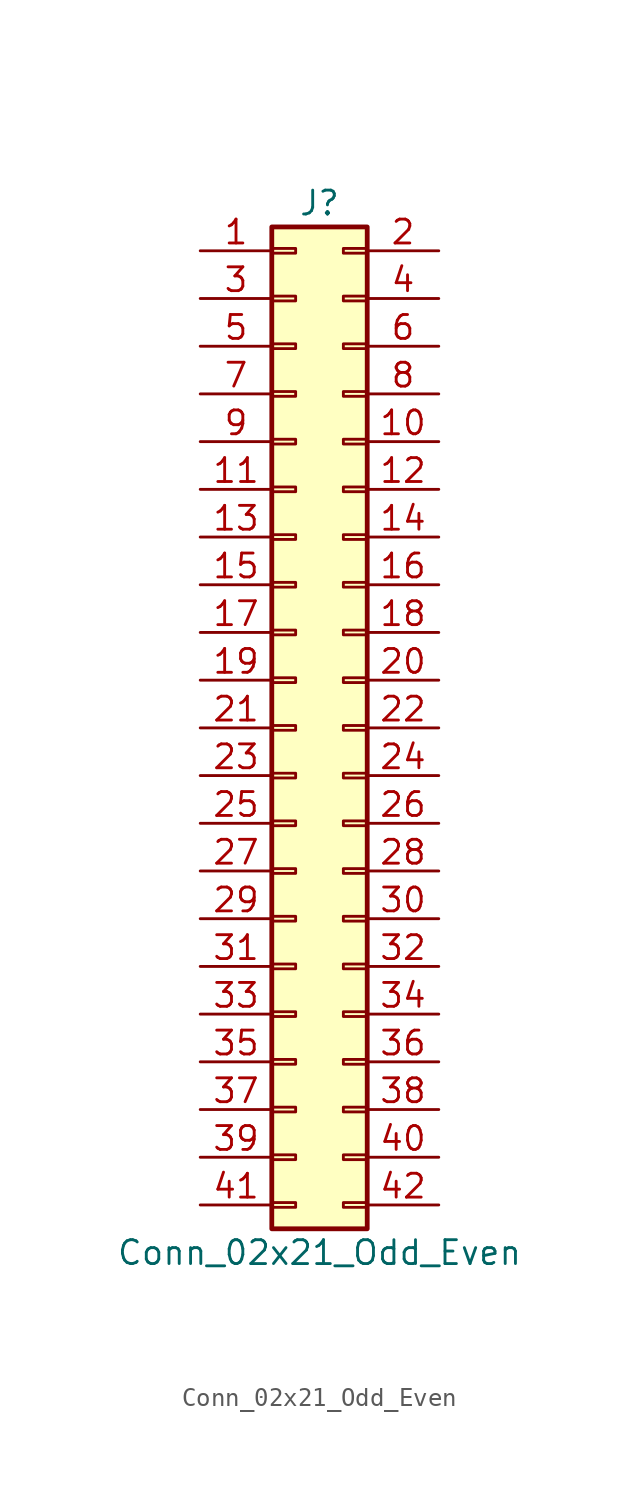
<source format=kicad_sym>
(kicad_symbol_lib
  (version 20201005)
  (generator kicad_symbol_editor)
  (symbol "Conn_02x21_Odd_Even"
    (pin_names
      (offset 1.016) hide)
    (property "Reference" "J"
      (at 1.27 27.94 0)
      (effects (font (size 1.27 1.27))))
    (property "Value" "Conn_02x21_Odd_Even"
      (at 1.27 -27.94 0)
      (effects (font (size 1.27 1.27))))
    (symbol "Conn_02x21_Odd_Even_1_1"
      (rectangle (start -1.27 -25.273) (end 0 -25.527) (stroke (width 0.152)) (fill (type none)))
      (rectangle (start -1.27 -22.733) (end 0 -22.987) (stroke (width 0.152)) (fill (type none)))
      (rectangle (start -1.27 -20.193) (end 0 -20.447) (stroke (width 0.152)) (fill (type none)))
      (rectangle (start -1.27 -17.653) (end 0 -17.907) (stroke (width 0.152)) (fill (type none)))
      (rectangle (start -1.27 -15.113) (end 0 -15.367) (stroke (width 0.152)) (fill (type none)))
      (rectangle (start -1.27 -12.573) (end 0 -12.827) (stroke (width 0.152)) (fill (type none)))
      (rectangle (start -1.27 -10.033) (end 0 -10.287) (stroke (width 0.152)) (fill (type none)))
      (rectangle (start -1.27 -7.493) (end 0 -7.747) (stroke (width 0.152)) (fill (type none)))
      (rectangle (start -1.27 -4.953) (end 0 -5.207) (stroke (width 0.152)) (fill (type none)))
      (rectangle (start -1.27 -2.413) (end 0 -2.667) (stroke (width 0.152)) (fill (type none)))
      (rectangle (start -1.27 0.127) (end 0 -0.127) (stroke (width 0.152)) (fill (type none)))
      (rectangle (start -1.27 2.667) (end 0 2.413) (stroke (width 0.152)) (fill (type none)))
      (rectangle (start -1.27 5.207) (end 0 4.953) (stroke (width 0.152)) (fill (type none)))
      (rectangle (start -1.27 7.747) (end 0 7.493) (stroke (width 0.152)) (fill (type none)))
      (rectangle (start -1.27 10.287) (end 0 10.033) (stroke (width 0.152)) (fill (type none)))
      (rectangle (start -1.27 12.827) (end 0 12.573) (stroke (width 0.152)) (fill (type none)))
      (rectangle (start -1.27 15.367) (end 0 15.113) (stroke (width 0.152)) (fill (type none)))
      (rectangle (start -1.27 17.907) (end 0 17.653) (stroke (width 0.152)) (fill (type none)))
      (rectangle (start -1.27 20.447) (end 0 20.193) (stroke (width 0.152)) (fill (type none)))
      (rectangle (start -1.27 22.987) (end 0 22.733) (stroke (width 0.152)) (fill (type none)))
      (rectangle (start -1.27 25.527) (end 0 25.273) (stroke (width 0.152)) (fill (type none)))
      (rectangle (start -1.27 26.67) (end 3.81 -26.67) (stroke (width 0.254)) (fill (type background)))
      (rectangle (start 3.81 -25.273) (end 2.54 -25.527) (stroke (width 0.152)) (fill (type none)))
      (rectangle (start 3.81 -22.733) (end 2.54 -22.987) (stroke (width 0.152)) (fill (type none)))
      (rectangle (start 3.81 -20.193) (end 2.54 -20.447) (stroke (width 0.152)) (fill (type none)))
      (rectangle (start 3.81 -17.653) (end 2.54 -17.907) (stroke (width 0.152)) (fill (type none)))
      (rectangle (start 3.81 -15.113) (end 2.54 -15.367) (stroke (width 0.152)) (fill (type none)))
      (rectangle (start 3.81 -12.573) (end 2.54 -12.827) (stroke (width 0.152)) (fill (type none)))
      (rectangle (start 3.81 -10.033) (end 2.54 -10.287) (stroke (width 0.152)) (fill (type none)))
      (rectangle (start 3.81 -7.493) (end 2.54 -7.747) (stroke (width 0.152)) (fill (type none)))
      (rectangle (start 3.81 -4.953) (end 2.54 -5.207) (stroke (width 0.152)) (fill (type none)))
      (rectangle (start 3.81 -2.413) (end 2.54 -2.667) (stroke (width 0.152)) (fill (type none)))
      (rectangle (start 3.81 0.127) (end 2.54 -0.127) (stroke (width 0.152)) (fill (type none)))
      (rectangle (start 3.81 2.667) (end 2.54 2.413) (stroke (width 0.152)) (fill (type none)))
      (rectangle (start 3.81 5.207) (end 2.54 4.953) (stroke (width 0.152)) (fill (type none)))
      (rectangle (start 3.81 7.747) (end 2.54 7.493) (stroke (width 0.152)) (fill (type none)))
      (rectangle (start 3.81 10.287) (end 2.54 10.033) (stroke (width 0.152)) (fill (type none)))
      (rectangle (start 3.81 12.827) (end 2.54 12.573) (stroke (width 0.152)) (fill (type none)))
      (rectangle (start 3.81 15.367) (end 2.54 15.113) (stroke (width 0.152)) (fill (type none)))
      (rectangle (start 3.81 17.907) (end 2.54 17.653) (stroke (width 0.152)) (fill (type none)))
      (rectangle (start 3.81 20.447) (end 2.54 20.193) (stroke (width 0.152)) (fill (type none)))
      (rectangle (start 3.81 22.987) (end 2.54 22.733) (stroke (width 0.152)) (fill (type none)))
      (rectangle (start 3.81 25.527) (end 2.54 25.273) (stroke (width 0.152)) (fill (type none)))
      (pin passive line (at -5.08 25.4 0) (length 3.81) (name "Pin_1" (effects (font (size 1.27 1.27)))) (number "1" (effects (font (size 1.27 1.27)))))
      (pin passive line (at 7.62 15.24 180) (length 3.81) (name "Pin_10" (effects (font (size 1.27 1.27)))) (number "10" (effects (font (size 1.27 1.27)))))
      (pin passive line (at -5.08 12.7 0) (length 3.81) (name "Pin_11" (effects (font (size 1.27 1.27)))) (number "11" (effects (font (size 1.27 1.27)))))
      (pin passive line (at 7.62 12.7 180) (length 3.81) (name "Pin_12" (effects (font (size 1.27 1.27)))) (number "12" (effects (font (size 1.27 1.27)))))
      (pin passive line (at -5.08 10.16 0) (length 3.81) (name "Pin_13" (effects (font (size 1.27 1.27)))) (number "13" (effects (font (size 1.27 1.27)))))
      (pin passive line (at 7.62 10.16 180) (length 3.81) (name "Pin_14" (effects (font (size 1.27 1.27)))) (number "14" (effects (font (size 1.27 1.27)))))
      (pin passive line (at -5.08 7.62 0) (length 3.81) (name "Pin_15" (effects (font (size 1.27 1.27)))) (number "15" (effects (font (size 1.27 1.27)))))
      (pin passive line (at 7.62 7.62 180) (length 3.81) (name "Pin_16" (effects (font (size 1.27 1.27)))) (number "16" (effects (font (size 1.27 1.27)))))
      (pin passive line (at -5.08 5.08 0) (length 3.81) (name "Pin_17" (effects (font (size 1.27 1.27)))) (number "17" (effects (font (size 1.27 1.27)))))
      (pin passive line (at 7.62 5.08 180) (length 3.81) (name "Pin_18" (effects (font (size 1.27 1.27)))) (number "18" (effects (font (size 1.27 1.27)))))
      (pin passive line (at -5.08 2.54 0) (length 3.81) (name "Pin_19" (effects (font (size 1.27 1.27)))) (number "19" (effects (font (size 1.27 1.27)))))
      (pin passive line (at 7.62 25.4 180) (length 3.81) (name "Pin_2" (effects (font (size 1.27 1.27)))) (number "2" (effects (font (size 1.27 1.27)))))
      (pin passive line (at 7.62 2.54 180) (length 3.81) (name "Pin_20" (effects (font (size 1.27 1.27)))) (number "20" (effects (font (size 1.27 1.27)))))
      (pin passive line (at -5.08 0 0) (length 3.81) (name "Pin_21" (effects (font (size 1.27 1.27)))) (number "21" (effects (font (size 1.27 1.27)))))
      (pin passive line (at 7.62 0 180) (length 3.81) (name "Pin_22" (effects (font (size 1.27 1.27)))) (number "22" (effects (font (size 1.27 1.27)))))
      (pin passive line (at -5.08 -2.54 0) (length 3.81) (name "Pin_23" (effects (font (size 1.27 1.27)))) (number "23" (effects (font (size 1.27 1.27)))))
      (pin passive line (at 7.62 -2.54 180) (length 3.81) (name "Pin_24" (effects (font (size 1.27 1.27)))) (number "24" (effects (font (size 1.27 1.27)))))
      (pin passive line (at -5.08 -5.08 0) (length 3.81) (name "Pin_25" (effects (font (size 1.27 1.27)))) (number "25" (effects (font (size 1.27 1.27)))))
      (pin passive line (at 7.62 -5.08 180) (length 3.81) (name "Pin_26" (effects (font (size 1.27 1.27)))) (number "26" (effects (font (size 1.27 1.27)))))
      (pin passive line (at -5.08 -7.62 0) (length 3.81) (name "Pin_27" (effects (font (size 1.27 1.27)))) (number "27" (effects (font (size 1.27 1.27)))))
      (pin passive line (at 7.62 -7.62 180) (length 3.81) (name "Pin_28" (effects (font (size 1.27 1.27)))) (number "28" (effects (font (size 1.27 1.27)))))
      (pin passive line (at -5.08 -10.16 0) (length 3.81) (name "Pin_29" (effects (font (size 1.27 1.27)))) (number "29" (effects (font (size 1.27 1.27)))))
      (pin passive line (at -5.08 22.86 0) (length 3.81) (name "Pin_3" (effects (font (size 1.27 1.27)))) (number "3" (effects (font (size 1.27 1.27)))))
      (pin passive line (at 7.62 -10.16 180) (length 3.81) (name "Pin_30" (effects (font (size 1.27 1.27)))) (number "30" (effects (font (size 1.27 1.27)))))
      (pin passive line (at -5.08 -12.7 0) (length 3.81) (name "Pin_31" (effects (font (size 1.27 1.27)))) (number "31" (effects (font (size 1.27 1.27)))))
      (pin passive line (at 7.62 -12.7 180) (length 3.81) (name "Pin_32" (effects (font (size 1.27 1.27)))) (number "32" (effects (font (size 1.27 1.27)))))
      (pin passive line (at -5.08 -15.24 0) (length 3.81) (name "Pin_33" (effects (font (size 1.27 1.27)))) (number "33" (effects (font (size 1.27 1.27)))))
      (pin passive line (at 7.62 -15.24 180) (length 3.81) (name "Pin_34" (effects (font (size 1.27 1.27)))) (number "34" (effects (font (size 1.27 1.27)))))
      (pin passive line (at -5.08 -17.78 0) (length 3.81) (name "Pin_35" (effects (font (size 1.27 1.27)))) (number "35" (effects (font (size 1.27 1.27)))))
      (pin passive line (at 7.62 -17.78 180) (length 3.81) (name "Pin_36" (effects (font (size 1.27 1.27)))) (number "36" (effects (font (size 1.27 1.27)))))
      (pin passive line (at -5.08 -20.32 0) (length 3.81) (name "Pin_37" (effects (font (size 1.27 1.27)))) (number "37" (effects (font (size 1.27 1.27)))))
      (pin passive line (at 7.62 -20.32 180) (length 3.81) (name "Pin_38" (effects (font (size 1.27 1.27)))) (number "38" (effects (font (size 1.27 1.27)))))
      (pin passive line (at -5.08 -22.86 0) (length 3.81) (name "Pin_39" (effects (font (size 1.27 1.27)))) (number "39" (effects (font (size 1.27 1.27)))))
      (pin passive line (at 7.62 22.86 180) (length 3.81) (name "Pin_4" (effects (font (size 1.27 1.27)))) (number "4" (effects (font (size 1.27 1.27)))))
      (pin passive line (at 7.62 -22.86 180) (length 3.81) (name "Pin_40" (effects (font (size 1.27 1.27)))) (number "40" (effects (font (size 1.27 1.27)))))
      (pin passive line (at -5.08 -25.4 0) (length 3.81) (name "Pin_41" (effects (font (size 1.27 1.27)))) (number "41" (effects (font (size 1.27 1.27)))))
      (pin passive line (at 7.62 -25.4 180) (length 3.81) (name "Pin_42" (effects (font (size 1.27 1.27)))) (number "42" (effects (font (size 1.27 1.27)))))
      (pin passive line (at -5.08 20.32 0) (length 3.81) (name "Pin_5" (effects (font (size 1.27 1.27)))) (number "5" (effects (font (size 1.27 1.27)))))
      (pin passive line (at 7.62 20.32 180) (length 3.81) (name "Pin_6" (effects (font (size 1.27 1.27)))) (number "6" (effects (font (size 1.27 1.27)))))
      (pin passive line (at -5.08 17.78 0) (length 3.81) (name "Pin_7" (effects (font (size 1.27 1.27)))) (number "7" (effects (font (size 1.27 1.27)))))
      (pin passive line (at 7.62 17.78 180) (length 3.81) (name "Pin_8" (effects (font (size 1.27 1.27)))) (number "8" (effects (font (size 1.27 1.27)))))
      (pin passive line (at -5.08 15.24 0) (length 3.81) (name "Pin_9" (effects (font (size 1.27 1.27)))) (number "9" (effects (font (size 1.27 1.27))))))))
</source>
